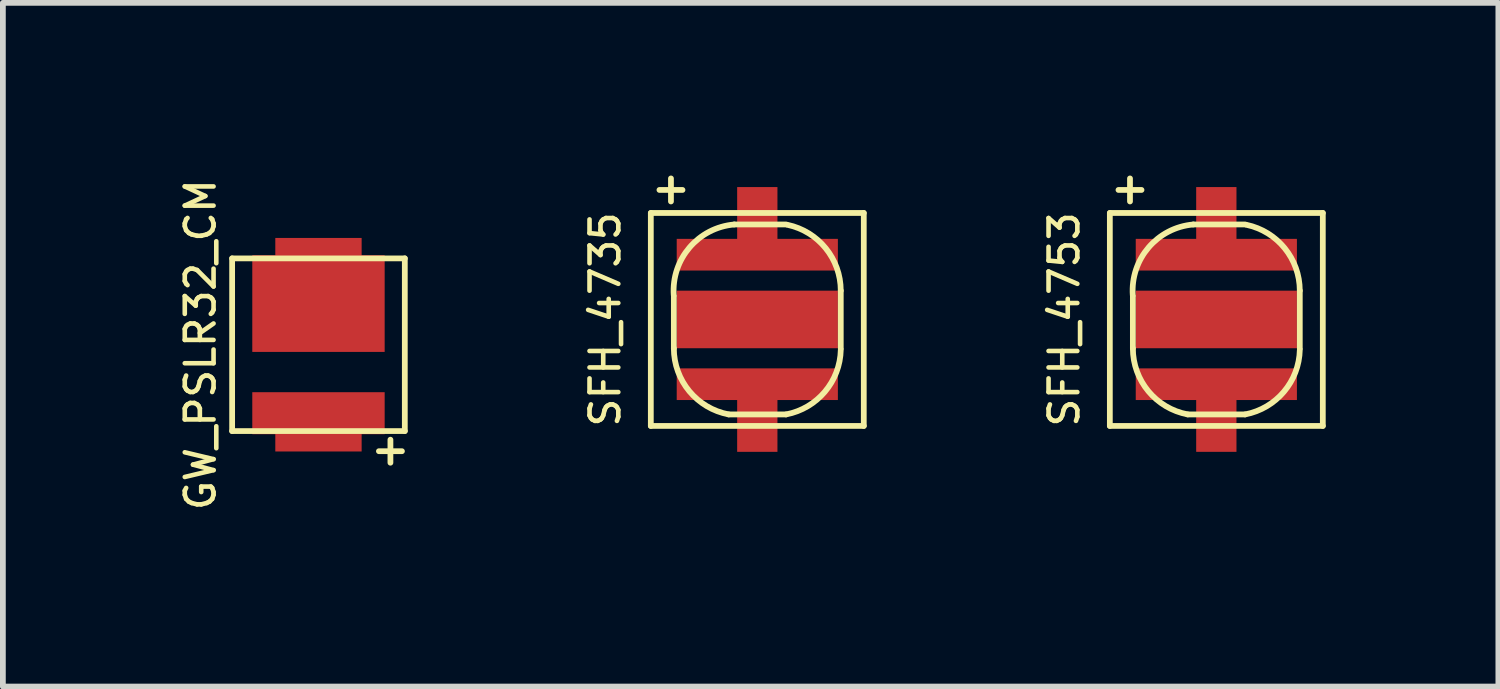
<source format=kicad_pcb>
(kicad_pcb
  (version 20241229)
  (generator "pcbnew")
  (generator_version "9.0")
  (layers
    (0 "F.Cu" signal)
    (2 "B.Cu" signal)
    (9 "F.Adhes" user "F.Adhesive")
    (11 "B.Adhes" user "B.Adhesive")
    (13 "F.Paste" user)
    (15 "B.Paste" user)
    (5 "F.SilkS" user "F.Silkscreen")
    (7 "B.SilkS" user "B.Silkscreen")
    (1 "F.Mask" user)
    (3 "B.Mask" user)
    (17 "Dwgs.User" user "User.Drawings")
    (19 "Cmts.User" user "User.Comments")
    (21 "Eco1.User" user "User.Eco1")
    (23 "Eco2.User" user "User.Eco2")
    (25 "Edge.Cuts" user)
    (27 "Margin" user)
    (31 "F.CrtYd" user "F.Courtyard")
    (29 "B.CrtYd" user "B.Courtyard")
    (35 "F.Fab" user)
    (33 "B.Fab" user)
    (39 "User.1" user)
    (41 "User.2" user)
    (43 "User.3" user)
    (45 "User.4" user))
  (footprint "SFH_4735"
    (layer "F.Cu")
    (at 10.107 2.5)
    (property "Reference" "SFH_4735" (at -2.642 0 270) (layer "F.SilkS") (effects (font (size 0.5 0.5) (thickness 0.08))))
    (attr through_hole)
    (fp_line (start -1.85 -1.85) (end 1.85 -1.85) (stroke (width 0.1) (type solid)) (layer "F.SilkS"))
    (fp_line (start -1.85 1.85) (end -1.85 -1.85) (stroke (width 0.1) (type solid)) (layer "F.SilkS"))
    (fp_line (start -1.7 -2.25) (end -1.3 -2.25) (stroke (width 0.1) (type solid)) (layer "F.SilkS"))
    (fp_line (start -1.5 -2.45) (end -1.5 -2.05) (stroke (width 0.1) (type solid)) (layer "F.SilkS"))
    (fp_line (start -1.45 -0.4) (end -1.45 0.5) (stroke (width 0.1) (type solid)) (layer "F.SilkS"))
    (fp_line (start -0.5 1.65) (end 0.5 1.65) (stroke (width 0.1) (type solid)) (layer "F.SilkS"))
    (fp_line (start -0.4 -1.65) (end 0.5 -1.65) (stroke (width 0.1) (type solid)) (layer "F.SilkS"))
    (fp_line (start 1.45 -0.5) (end 1.45 0.5) (stroke (width 0.1) (type solid)) (layer "F.SilkS"))
    (fp_line (start 1.85 -1.85) (end 1.85 1.85) (stroke (width 0.1) (type solid)) (layer "F.SilkS"))
    (fp_line (start 1.85 1.85) (end -1.85 1.85) (stroke (width 0.1) (type solid)) (layer "F.SilkS"))
    (fp_arc (start -1.451569 -0.420086) (mid -1.177369 -1.250147) (end -0.399999 -1.649999) (stroke (width 0.1) (type solid)) (layer "F.SilkS"))
    (fp_arc (start -0.49723 1.649657) (mid -1.180849 1.246572) (end -1.45 0.5) (stroke (width 0.1) (type solid)) (layer "F.SilkS"))
    (fp_arc (start 0.523257 -1.644433) (mid 1.189261 -1.236305) (end 1.45 -0.5) (stroke (width 0.1) (type solid)) (layer "F.SilkS"))
    (fp_arc (start 1.45061 0.523906) (mid 1.17469 1.255267) (end 0.5 1.65) (stroke (width 0.1) (type solid)) (layer "F.SilkS"))
    (pad "1" smd rect (at 0 0) (size 2.8 1) (layers "F.Cu" "F.Mask" "F.Paste"))
    (pad "1" smd custom (at 0 1.125 180) (size 2.8 0.55) (layers "F.Cu" "F.Mask" "F.Paste") (options (anchor rect)) (primitives (gr_poly (pts (xy -1.4 0.275) (xy -1.4 -0.275) (xy -0.35 -0.275) (xy -0.35 -1.175) (xy 0.35 -1.175) (xy 0.35 -0.275) (xy 1.4 -0.275) (xy 1.4 0.275)) (width 0) (fill yes))))
    (pad "2" smd custom (at 0 -1.125) (size 2.8 0.55) (layers "F.Cu" "F.Mask" "F.Paste") (options (anchor rect)) (primitives (gr_poly (pts (xy -1.4 0.275) (xy -1.4 -0.275) (xy -0.35 -0.275) (xy -0.35 -1.175) (xy 0.35 -1.175) (xy 0.35 -0.275) (xy 1.4 -0.275) (xy 1.4 0.275)) (width 0) (fill yes)))))
  (footprint "GW_PSLR32_CM"
    (layer "F.Cu")
    (at 2.483 2.939)
    (property "Reference" "GW_PSLR32_CM" (at -2.05 0 270) (layer "F.SilkS") (effects (font (size 0.5 0.5) (thickness 0.08))))
    (attr through_hole)
    (fp_line (start -1.5 -1.5) (end 1.5 -1.5) (stroke (width 0.1) (type solid)) (layer "F.SilkS"))
    (fp_line (start -1.5 1.5) (end -1.5 -1.5) (stroke (width 0.1) (type solid)) (layer "F.SilkS"))
    (fp_line (start 1.05 1.85) (end 1.45 1.85) (stroke (width 0.1) (type solid)) (layer "F.SilkS"))
    (fp_line (start 1.25 1.65) (end 1.25 2.05) (stroke (width 0.1) (type solid)) (layer "F.SilkS"))
    (fp_line (start 1.5 -1.5) (end 1.5 1.5) (stroke (width 0.1) (type solid)) (layer "F.SilkS"))
    (fp_line (start 1.5 1.5) (end -1.5 1.5) (stroke (width 0.1) (type solid)) (layer "F.SilkS"))
    (pad "1" smd custom (at 0 -0.865) (size 1 1) (layers "F.Cu" "F.Mask" "F.Paste") (options (anchor rect)) (primitives (gr_poly (pts (xy -1.15 -0.69) (xy -0.75 -0.69) (xy -0.75 -0.99) (xy 0.75 -0.99) (xy 0.75 -0.69) (xy 1.15 -0.69) (xy 1.15 0.99) (xy -1.15 0.99)) (width 0) (fill yes))))
    (pad "2" smd custom (at 0 1.34) (size 2 0.4) (layers "F.Cu" "F.Mask" "F.Paste") (options (anchor rect)) (primitives (gr_poly (pts (xy -1.15 -0.515) (xy 1.15 -0.515) (xy 1.15 0.215) (xy 0.75 0.215) (xy 0.75 0.515) (xy -0.75 0.515) (xy -0.75 0.215) (xy -1.15 0.215)) (width 0) (fill yes)))))
  (footprint "SFH_4753"
    (layer "F.Cu")
    (at 18.082 2.5)
    (property "Reference" "SFH_4753" (at -2.642 0 270) (layer "F.SilkS") (effects (font (size 0.5 0.5) (thickness 0.08))))
    (attr through_hole)
    (fp_line (start -1.85 -1.85) (end 1.85 -1.85) (stroke (width 0.1) (type solid)) (layer "F.SilkS"))
    (fp_line (start -1.85 1.85) (end -1.85 -1.85) (stroke (width 0.1) (type solid)) (layer "F.SilkS"))
    (fp_line (start -1.7 -2.25) (end -1.3 -2.25) (stroke (width 0.1) (type solid)) (layer "F.SilkS"))
    (fp_line (start -1.5 -2.45) (end -1.5 -2.05) (stroke (width 0.1) (type solid)) (layer "F.SilkS"))
    (fp_line (start -1.45 -0.4) (end -1.45 0.5) (stroke (width 0.1) (type solid)) (layer "F.SilkS"))
    (fp_line (start -0.5 1.65) (end 0.5 1.65) (stroke (width 0.1) (type solid)) (layer "F.SilkS"))
    (fp_line (start -0.4 -1.65) (end 0.5 -1.65) (stroke (width 0.1) (type solid)) (layer "F.SilkS"))
    (fp_line (start 1.45 -0.5) (end 1.45 0.5) (stroke (width 0.1) (type solid)) (layer "F.SilkS"))
    (fp_line (start 1.85 -1.85) (end 1.85 1.85) (stroke (width 0.1) (type solid)) (layer "F.SilkS"))
    (fp_line (start 1.85 1.85) (end -1.85 1.85) (stroke (width 0.1) (type solid)) (layer "F.SilkS"))
    (fp_arc (start -1.451569 -0.420086) (mid -1.177369 -1.250147) (end -0.399999 -1.649999) (stroke (width 0.1) (type solid)) (layer "F.SilkS"))
    (fp_arc (start -0.49723 1.649657) (mid -1.180849 1.246572) (end -1.45 0.5) (stroke (width 0.1) (type solid)) (layer "F.SilkS"))
    (fp_arc (start 0.523257 -1.644433) (mid 1.189261 -1.236305) (end 1.45 -0.5) (stroke (width 0.1) (type solid)) (layer "F.SilkS"))
    (fp_arc (start 1.45061 0.523906) (mid 1.17469 1.255267) (end 0.5 1.65) (stroke (width 0.1) (type solid)) (layer "F.SilkS"))
    (pad "1" smd rect (at 0 0) (size 2.8 1) (layers "F.Cu" "F.Mask" "F.Paste"))
    (pad "1" smd custom (at 0 1.125 180) (size 2.8 0.55) (layers "F.Cu" "F.Mask" "F.Paste") (options (anchor rect)) (primitives (gr_poly (pts (xy -1.4 0.275) (xy -1.4 -0.275) (xy -0.35 -0.275) (xy -0.35 -1.175) (xy 0.35 -1.175) (xy 0.35 -0.275) (xy 1.4 -0.275) (xy 1.4 0.275)) (width 0) (fill yes))))
    (pad "2" smd custom (at 0 -1.125) (size 2.8 0.55) (layers "F.Cu" "F.Mask" "F.Paste") (options (anchor rect)) (primitives (gr_poly (pts (xy -1.4 0.275) (xy -1.4 -0.275) (xy -0.35 -0.275) (xy -0.35 -1.175) (xy 0.35 -1.175) (xy 0.35 -0.275) (xy 1.4 -0.275) (xy 1.4 0.275)) (width 0) (fill yes)))))
  (gr_rect
    (start -3 -3)
    (end 22.982 8.878)
    (stroke (width 0.1) (type default))
    (fill no)
    (layer "Edge.Cuts")))
</source>
